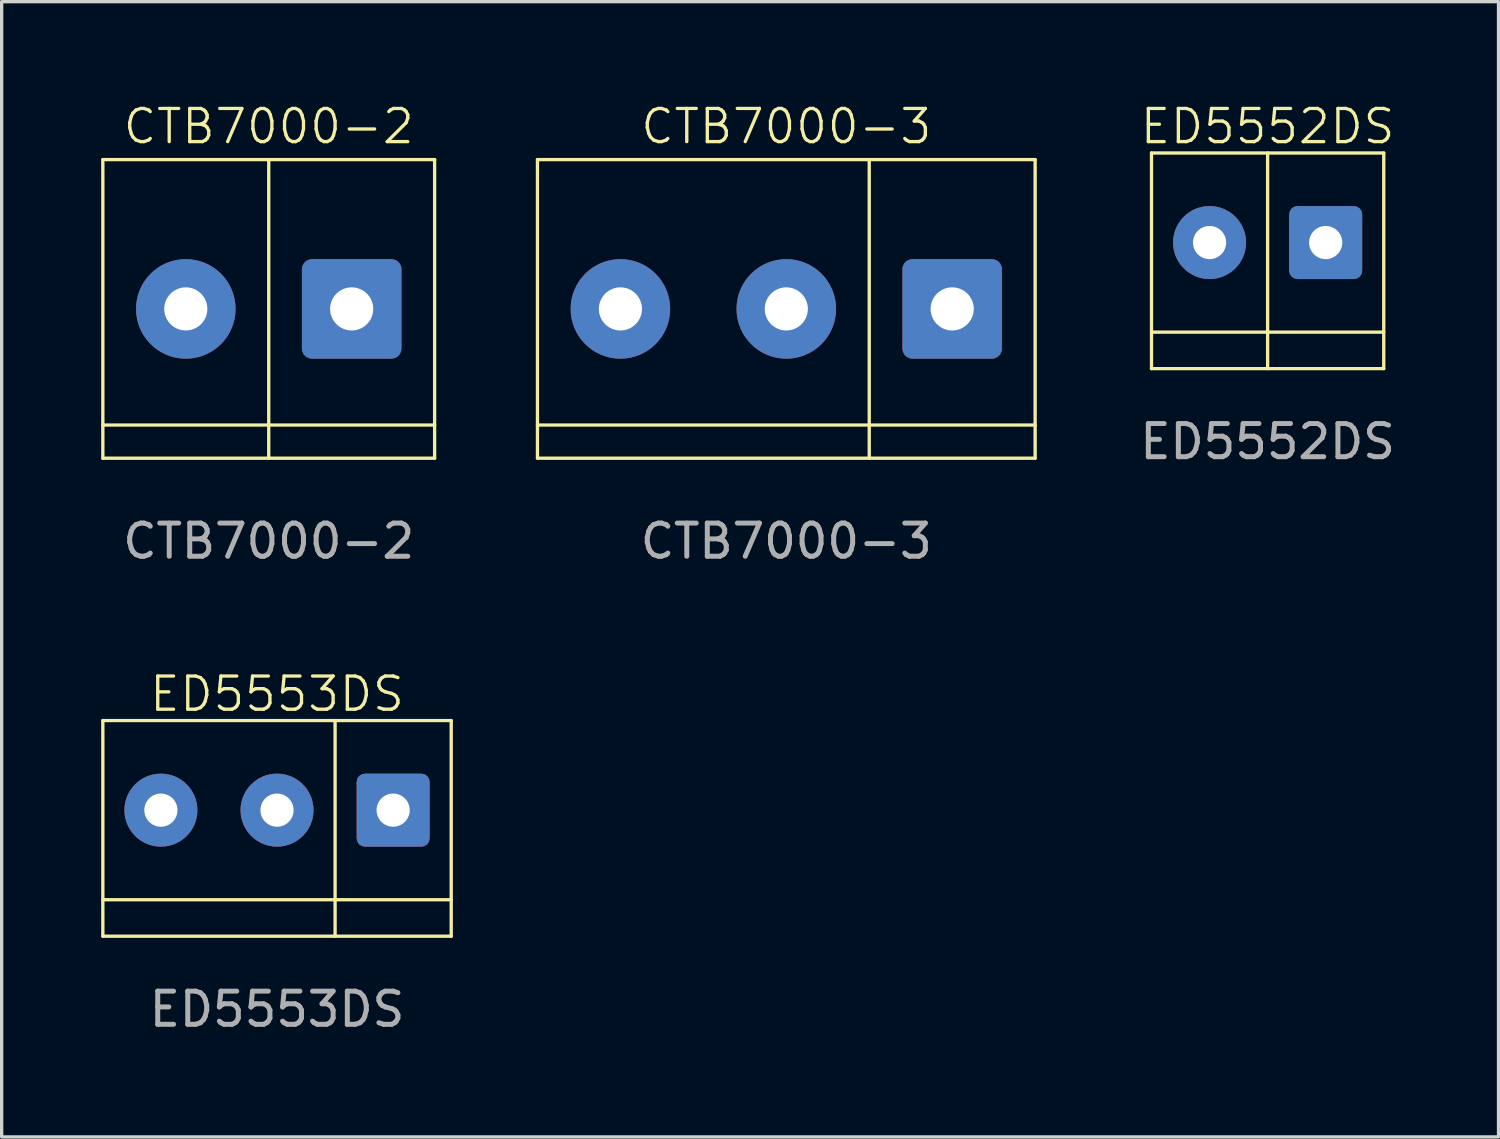
<source format=kicad_pcb>
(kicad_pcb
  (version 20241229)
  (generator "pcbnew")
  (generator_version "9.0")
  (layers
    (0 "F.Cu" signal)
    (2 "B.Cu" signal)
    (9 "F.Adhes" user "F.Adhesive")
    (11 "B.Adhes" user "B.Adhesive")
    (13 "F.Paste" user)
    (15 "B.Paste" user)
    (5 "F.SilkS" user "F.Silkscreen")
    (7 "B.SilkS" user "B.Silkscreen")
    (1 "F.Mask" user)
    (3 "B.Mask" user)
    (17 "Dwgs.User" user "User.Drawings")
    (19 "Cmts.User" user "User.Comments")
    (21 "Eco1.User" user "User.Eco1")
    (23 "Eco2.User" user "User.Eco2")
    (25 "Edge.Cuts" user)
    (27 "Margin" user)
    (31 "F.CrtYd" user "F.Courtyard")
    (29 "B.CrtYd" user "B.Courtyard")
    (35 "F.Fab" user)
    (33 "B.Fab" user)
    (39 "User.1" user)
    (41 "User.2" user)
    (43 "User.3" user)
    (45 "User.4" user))
  (footprint "CTB7000-2"
    (layer "F.Cu")
    (at 5.05 6.261)
    (property "Reference" "CTB7000-2" (at 0 -5.5 0) (unlocked yes) (layer "F.SilkS") (effects (font (size 1 1) (thickness 0.1))))
    (attr through_hole)
    (fp_line (start -5 -4.5) (end -5 4.5) (stroke (width 0.1) (type default)) (layer "F.SilkS"))
    (fp_line (start -5 -4.5) (end 5 -4.5) (stroke (width 0.1) (type default)) (layer "F.SilkS"))
    (fp_line (start -5 3.5) (end 5 3.5) (stroke (width 0.1) (type default)) (layer "F.SilkS"))
    (fp_line (start -5 4.5) (end 5 4.5) (stroke (width 0.1) (type default)) (layer "F.SilkS"))
    (fp_line (start 0 -4.5) (end 0 4.5) (stroke (width 0.1) (type default)) (layer "F.SilkS"))
    (fp_line (start 5 -4.5) (end 5 4.5) (stroke (width 0.1) (type default)) (layer "F.SilkS"))
    (fp_text user "${REFERENCE}" (at 0 7 0) (unlocked yes) (layer "F.Fab") (effects (font (size 1 1) (thickness 0.15))))
    (pad "1" thru_hole roundrect (at 2.5 0) (size 3 3) (drill 1.3) (layers "*.Cu" "*.Mask") (roundrect_rratio 0.1))
    (pad "2" thru_hole circle (at -2.5 0) (size 3 3) (drill 1.3) (layers "*.Cu" "*.Mask")))
  (footprint "ED5553DS"
    (layer "F.Cu")
    (at 5.3 21.369)
    (property "Reference" "ED5553DS" (at 0 -3.5 0) (unlocked yes) (layer "F.SilkS") (effects (font (size 1 1) (thickness 0.1))))
    (attr through_hole)
    (fp_line (start -5.25 2.7) (end 5.25 2.7) (stroke (width 0.1) (type default)) (layer "F.SilkS"))
    (fp_line (start -5.25 3.8) (end -5.25 -2.7) (stroke (width 0.1) (type default)) (layer "F.SilkS"))
    (fp_line (start -5.25 3.8) (end 5.25 3.8) (stroke (width 0.1) (type default)) (layer "F.SilkS"))
    (fp_line (start 1.75 -2.7) (end 1.75 3.8) (stroke (width 0.1) (type default)) (layer "F.SilkS"))
    (fp_line (start 5.25 -2.7) (end -5.25 -2.7) (stroke (width 0.1) (type default)) (layer "F.SilkS"))
    (fp_line (start 5.25 3.8) (end 5.25 -2.7) (stroke (width 0.1) (type default)) (layer "F.SilkS"))
    (fp_text user "${REFERENCE}" (at 0 6 0) (unlocked yes) (layer "F.Fab") (effects (font (size 1 1) (thickness 0.15))))
    (pad "1" thru_hole roundrect (at 3.5 0) (size 2.2 2.2) (drill 1) (layers "*.Cu" "*.Mask") (roundrect_rratio 0.114))
    (pad "2" thru_hole circle (at 0 0) (size 2.2 2.2) (drill 1) (layers "*.Cu" "*.Mask"))
    (pad "3" thru_hole circle (at -3.5 0) (size 2.2 2.2) (drill 1) (layers "*.Cu" "*.Mask")))
  (footprint "CTB7000-3"
    (layer "F.Cu")
    (at 20.65 6.261)
    (property "Reference" "CTB7000-3" (at 0 -5.5 0) (unlocked yes) (layer "F.SilkS") (effects (font (size 1 1) (thickness 0.1))))
    (attr through_hole)
    (fp_line (start -7.5 -4.5) (end -7.5 4.5) (stroke (width 0.1) (type default)) (layer "F.SilkS"))
    (fp_line (start -7.5 -4.5) (end 7.5 -4.5) (stroke (width 0.1) (type default)) (layer "F.SilkS"))
    (fp_line (start -7.5 3.5) (end 7.5 3.5) (stroke (width 0.1) (type default)) (layer "F.SilkS"))
    (fp_line (start -7.5 4.5) (end 7.5 4.5) (stroke (width 0.1) (type default)) (layer "F.SilkS"))
    (fp_line (start 2.5 -4.5) (end 2.5 4.5) (stroke (width 0.1) (type default)) (layer "F.SilkS"))
    (fp_line (start 7.5 -4.5) (end 7.5 4.5) (stroke (width 0.1) (type default)) (layer "F.SilkS"))
    (fp_text user "${REFERENCE}" (at 0 7 0) (unlocked yes) (layer "F.Fab") (effects (font (size 1 1) (thickness 0.15))))
    (pad "1" thru_hole roundrect (at 5 0) (size 3 3) (drill 1.3) (layers "*.Cu" "*.Mask") (roundrect_rratio 0.1))
    (pad "2" thru_hole circle (at 0 0) (size 3 3) (drill 1.3) (layers "*.Cu" "*.Mask"))
    (pad "3" thru_hole circle (at -5 0) (size 3 3) (drill 1.3) (layers "*.Cu" "*.Mask")))
  (footprint "ED5552DS"
    (layer "F.Cu")
    (at 35.158 4.261)
    (property "Reference" "ED5552DS" (at 0 -3.5 0) (unlocked yes) (layer "F.SilkS") (effects (font (size 1 1) (thickness 0.1))))
    (attr through_hole)
    (fp_line (start -3.5 2.7) (end 3.5 2.7) (stroke (width 0.1) (type default)) (layer "F.SilkS"))
    (fp_line (start -3.5 3.8) (end -3.5 -2.7) (stroke (width 0.1) (type default)) (layer "F.SilkS"))
    (fp_line (start -3.5 3.8) (end 3.5 3.8) (stroke (width 0.1) (type default)) (layer "F.SilkS"))
    (fp_line (start 0 -2.7) (end 0 3.8) (stroke (width 0.1) (type default)) (layer "F.SilkS"))
    (fp_line (start 3.5 -2.7) (end -3.5 -2.7) (stroke (width 0.1) (type default)) (layer "F.SilkS"))
    (fp_line (start 3.5 3.8) (end 3.5 -2.7) (stroke (width 0.1) (type default)) (layer "F.SilkS"))
    (fp_text user "${REFERENCE}" (at 0 6 0) (unlocked yes) (layer "F.Fab") (effects (font (size 1 1) (thickness 0.15))))
    (pad "1" thru_hole roundrect (at 1.75 0) (size 2.2 2.2) (drill 1) (layers "*.Cu" "*.Mask") (roundrect_rratio 0.114))
    (pad "2" thru_hole circle (at -1.75 0) (size 2.2 2.2) (drill 1) (layers "*.Cu" "*.Mask")))
  (gr_rect
    (start -3 -3)
    (end 42.117 31.218)
    (stroke (width 0.1) (type default))
    (fill no)
    (layer "Edge.Cuts")))
</source>
